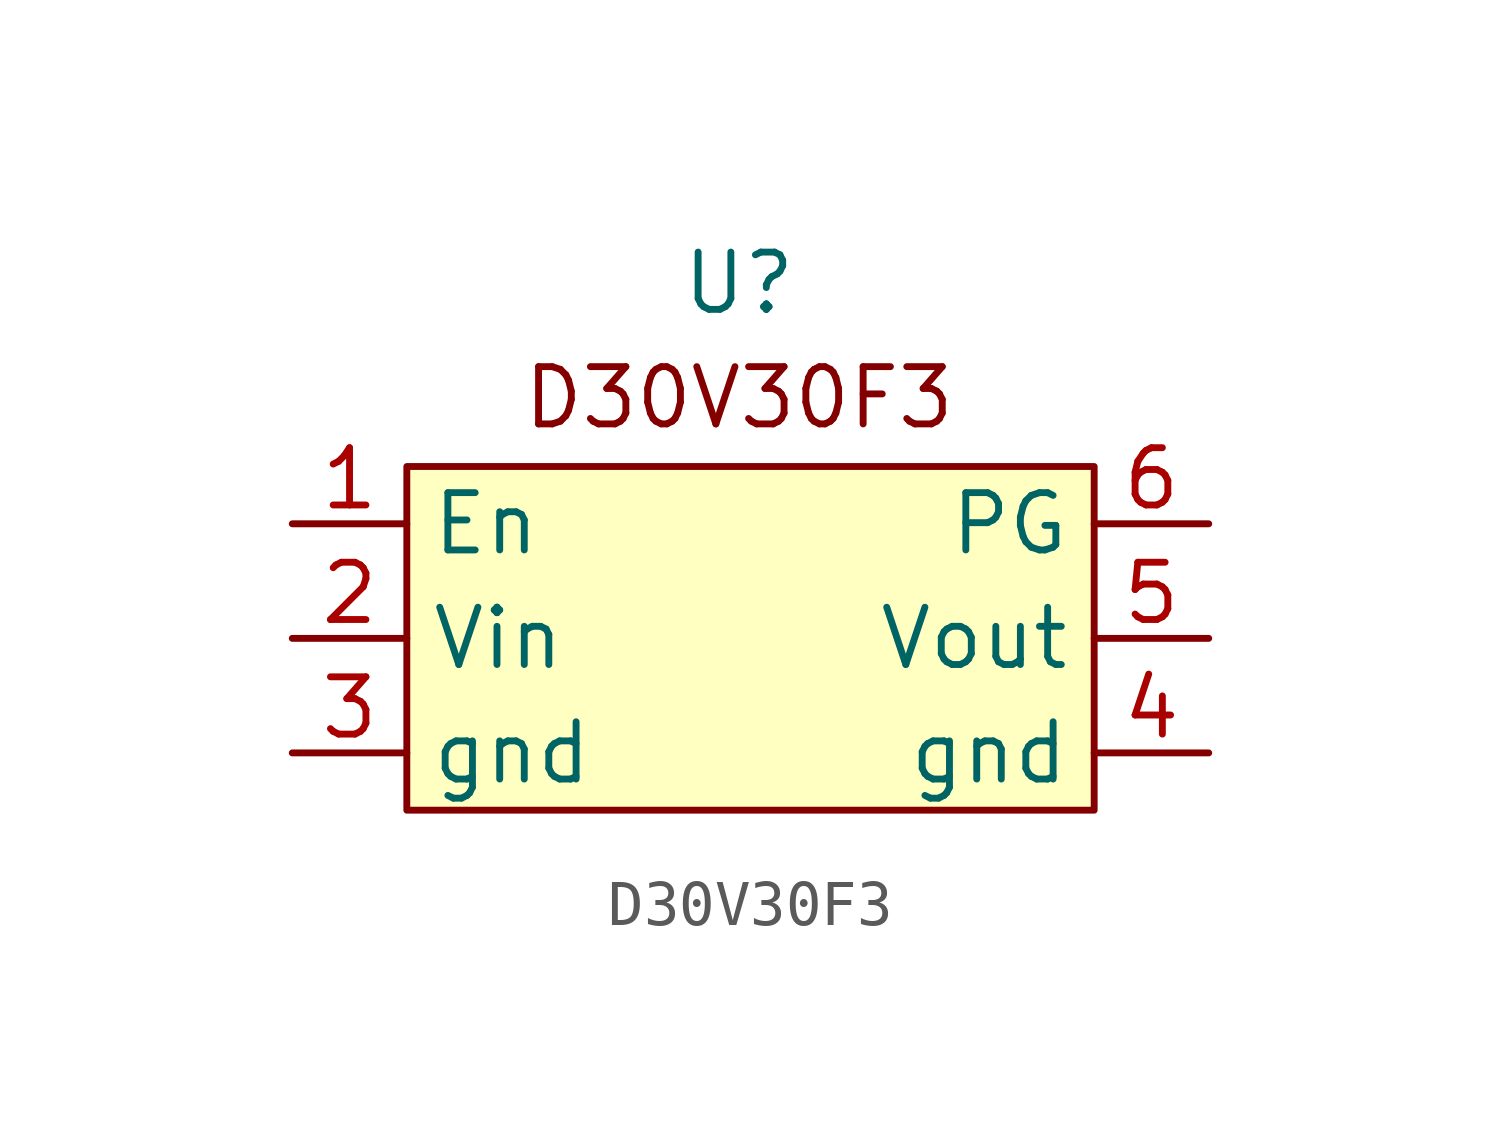
<source format=kicad_sym>
(kicad_symbol_lib
  (version 20231120)
  (generator "kicad_symbol_editor")
  (generator_version "8.0")
  (symbol "D30V30F3"
    (property "Reference" "U"
      (at 1.016 2.794 0)
      (effects (font (size 1.27 1.27))))
    (property "Value" ""
      (at 0 0 0)
      (effects (font (size 1.27 1.27))))
    (symbol "D30V30F3_1_1"
      (rectangle (start -6.35 -1.27) (end 8.89 -8.89) (stroke (width 0) (type default)) (fill (type background)))
      (text "D30V30F3" (at 1.016 0.254 0) (effects (font (size 1.27 1.27))))
      (pin input line (at -8.89 -2.54 0) (length 2.54) (name "En" (effects (font (size 1.27 1.27)))) (number "1" (effects (font (size 1.27 1.27)))))
      (pin input line (at -8.89 -5.08 0) (length 2.54) (name "Vin" (effects (font (size 1.27 1.27)))) (number "2" (effects (font (size 1.27 1.27)))))
      (pin bidirectional line (at -8.89 -7.62 0) (length 2.54) (name "gnd" (effects (font (size 1.27 1.27)))) (number "3" (effects (font (size 1.27 1.27)))))
      (pin bidirectional line (at 11.43 -7.62 180) (length 2.54) (name "gnd" (effects (font (size 1.27 1.27)))) (number "4" (effects (font (size 1.27 1.27)))))
      (pin output line (at 11.43 -5.08 180) (length 2.54) (name "Vout" (effects (font (size 1.27 1.27)))) (number "5" (effects (font (size 1.27 1.27)))))
      (pin output line (at 11.43 -2.54 180) (length 2.54) (name "PG" (effects (font (size 1.27 1.27)))) (number "6" (effects (font (size 1.27 1.27))))))))
</source>
